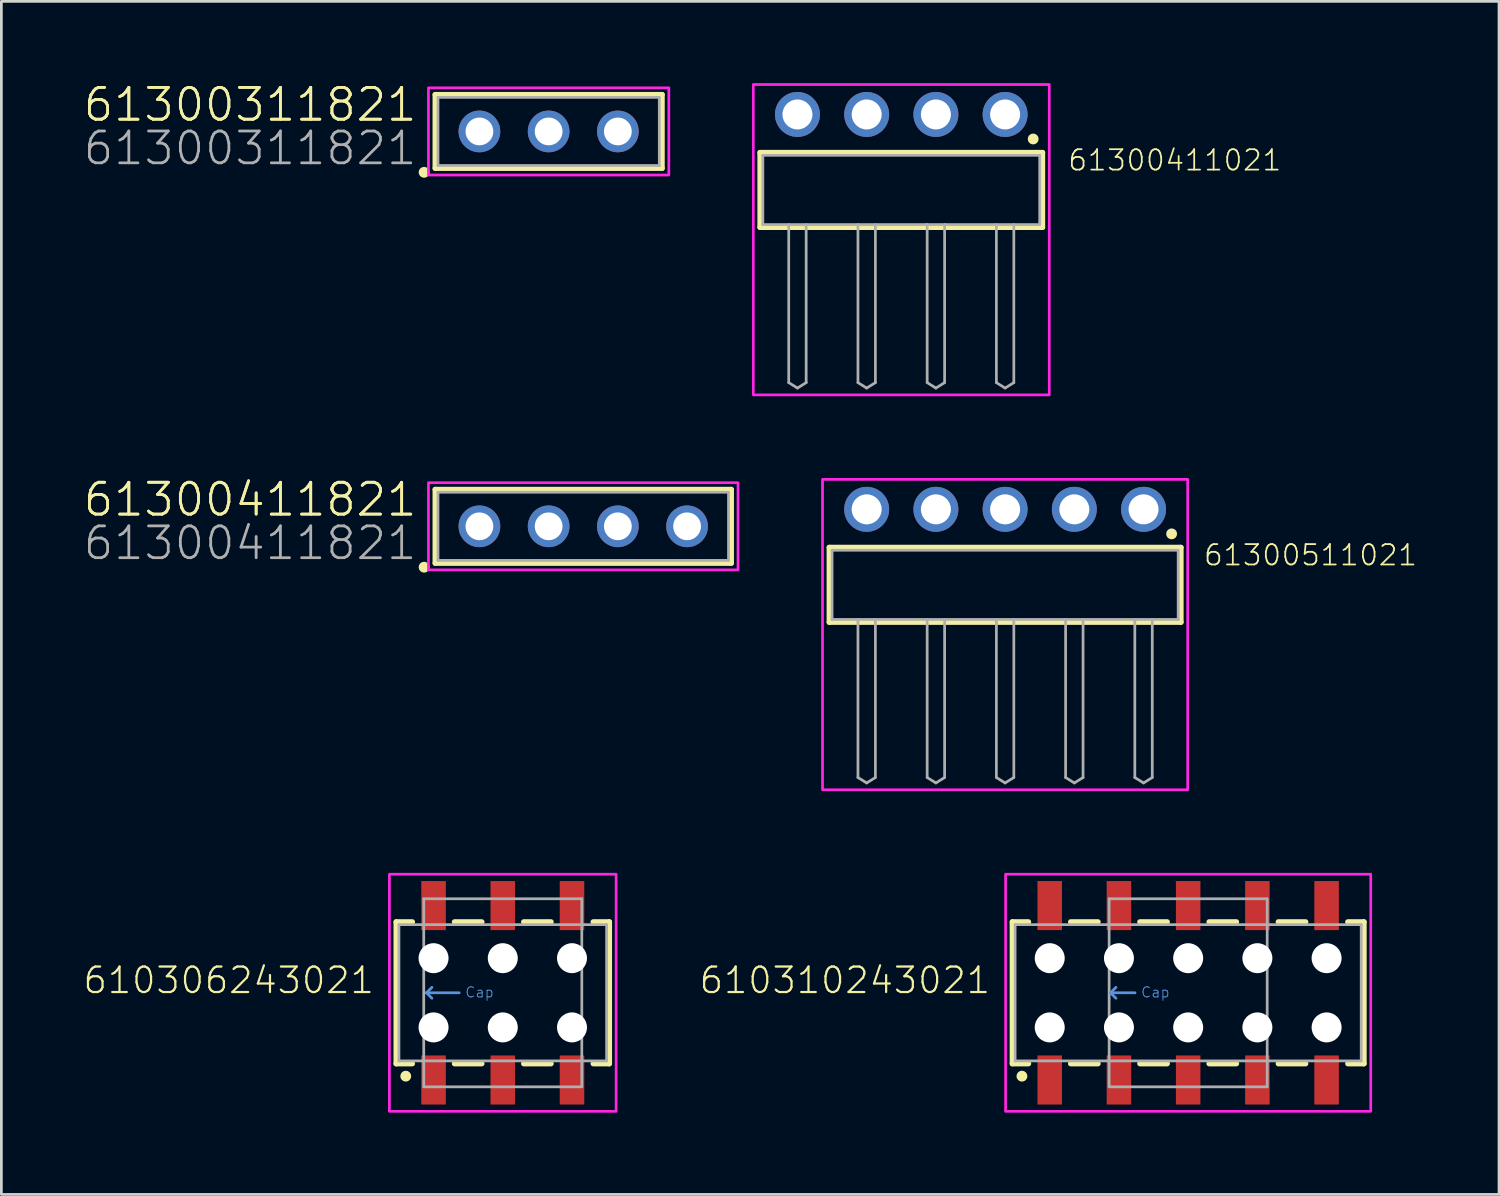
<source format=kicad_pcb>
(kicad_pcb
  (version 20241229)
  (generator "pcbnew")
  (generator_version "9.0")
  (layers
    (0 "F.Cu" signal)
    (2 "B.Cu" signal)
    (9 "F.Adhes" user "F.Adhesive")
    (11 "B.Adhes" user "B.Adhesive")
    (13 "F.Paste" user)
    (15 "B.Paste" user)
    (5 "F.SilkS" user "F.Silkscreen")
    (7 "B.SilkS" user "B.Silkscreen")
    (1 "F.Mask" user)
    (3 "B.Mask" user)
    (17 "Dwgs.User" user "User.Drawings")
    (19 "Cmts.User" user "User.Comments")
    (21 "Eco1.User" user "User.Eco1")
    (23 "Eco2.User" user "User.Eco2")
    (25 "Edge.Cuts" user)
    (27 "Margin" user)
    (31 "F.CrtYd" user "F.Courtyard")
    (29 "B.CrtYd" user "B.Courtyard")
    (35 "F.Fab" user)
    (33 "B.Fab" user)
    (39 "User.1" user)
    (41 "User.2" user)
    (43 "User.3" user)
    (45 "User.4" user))
  (footprint "61300511021"
    (layer "F.Cu")
    (at 33.832 18.41)
    (property "Reference" "61300511021" (at 7.245 -0.652 0) (unlocked yes) (layer "F.SilkS") (effects (font (size 0.748 0.748) (thickness 0.065)) (justify left bottom)))
    (fp_line (start -6.45 -1.37) (end 6.45 -1.37) (stroke (width 0.2) (type solid)) (layer "F.SilkS"))
    (fp_line (start -6.45 1.37) (end -6.45 -1.37) (stroke (width 0.2) (type solid)) (layer "F.SilkS"))
    (fp_line (start 6.45 -1.37) (end 6.45 1.37) (stroke (width 0.2) (type solid)) (layer "F.SilkS"))
    (fp_line (start 6.45 1.37) (end -6.45 1.37) (stroke (width 0.2) (type solid)) (layer "F.SilkS"))
    (fp_circle (center 6.11 -1.87) (end 6.21 -1.87) (stroke (width 0.2) (type solid)) (fill no) (layer "F.SilkS"))
    (fp_poly (pts (xy 6.7 7.52) (xy -6.7 7.52) (xy -6.7 -3.87) (xy 6.7 -3.87)) (stroke (width 0.1) (type default)) (fill no) (layer "F.CrtYd"))
    (fp_line (start -6.35 -1.27) (end 6.35 -1.27) (stroke (width 0.1) (type solid)) (layer "F.Fab"))
    (fp_line (start -6.35 1.27) (end -6.35 -1.27) (stroke (width 0.1) (type solid)) (layer "F.Fab"))
    (fp_line (start -5.4 1.27) (end -5.4 7.07) (stroke (width 0.1) (type solid)) (layer "F.Fab"))
    (fp_line (start -5.4 7.07) (end -5.08 7.27) (stroke (width 0.1) (type solid)) (layer "F.Fab"))
    (fp_line (start -5.08 7.27) (end -4.76 7.07) (stroke (width 0.1) (type solid)) (layer "F.Fab"))
    (fp_line (start -4.76 1.27) (end -4.76 7.07) (stroke (width 0.1) (type solid)) (layer "F.Fab"))
    (fp_line (start -2.86 1.27) (end -2.86 7.07) (stroke (width 0.1) (type solid)) (layer "F.Fab"))
    (fp_line (start -2.86 7.07) (end -2.54 7.27) (stroke (width 0.1) (type solid)) (layer "F.Fab"))
    (fp_line (start -2.54 7.27) (end -2.22 7.07) (stroke (width 0.1) (type solid)) (layer "F.Fab"))
    (fp_line (start -2.22 1.27) (end -2.22 7.07) (stroke (width 0.1) (type solid)) (layer "F.Fab"))
    (fp_line (start -0.32 1.27) (end -0.32 7.07) (stroke (width 0.1) (type solid)) (layer "F.Fab"))
    (fp_line (start -0.32 7.07) (end 0 7.27) (stroke (width 0.1) (type solid)) (layer "F.Fab"))
    (fp_line (start 0 7.27) (end 0.32 7.07) (stroke (width 0.1) (type solid)) (layer "F.Fab"))
    (fp_line (start 0.32 1.27) (end 0.32 7.07) (stroke (width 0.1) (type solid)) (layer "F.Fab"))
    (fp_line (start 2.22 1.27) (end -6.35 1.27) (stroke (width 0.1) (type solid)) (layer "F.Fab"))
    (fp_line (start 2.22 1.27) (end 2.22 7.07) (stroke (width 0.1) (type solid)) (layer "F.Fab"))
    (fp_line (start 2.22 7.07) (end 2.54 7.27) (stroke (width 0.1) (type solid)) (layer "F.Fab"))
    (fp_line (start 2.54 7.27) (end 2.86 7.07) (stroke (width 0.1) (type solid)) (layer "F.Fab"))
    (fp_line (start 2.86 1.27) (end 2.22 1.27) (stroke (width 0.1) (type solid)) (layer "F.Fab"))
    (fp_line (start 2.86 1.27) (end 2.86 7.07) (stroke (width 0.1) (type solid)) (layer "F.Fab"))
    (fp_line (start 4.76 1.27) (end 4.76 7.07) (stroke (width 0.1) (type solid)) (layer "F.Fab"))
    (fp_line (start 4.76 7.07) (end 5.08 7.27) (stroke (width 0.1) (type solid)) (layer "F.Fab"))
    (fp_line (start 5.08 7.27) (end 5.4 7.07) (stroke (width 0.1) (type solid)) (layer "F.Fab"))
    (fp_line (start 5.4 1.27) (end 5.4 7.07) (stroke (width 0.1) (type solid)) (layer "F.Fab"))
    (fp_line (start 6.35 -1.27) (end 6.35 1.27) (stroke (width 0.1) (type solid)) (layer "F.Fab"))
    (fp_line (start 6.35 1.27) (end 2.86 1.27) (stroke (width 0.1) (type solid)) (layer "F.Fab"))
    (pad "1" thru_hole circle (at 5.08 -2.77 180) (size 1.65 1.65) (drill 1.1) (layers "*.Cu" "*.Mask"))
    (pad "2" thru_hole circle (at 2.54 -2.77 180) (size 1.65 1.65) (drill 1.1) (layers "*.Cu" "*.Mask"))
    (pad "3" thru_hole circle (at 0 -2.77 180) (size 1.65 1.65) (drill 1.1) (layers "*.Cu" "*.Mask"))
    (pad "4" thru_hole circle (at -2.54 -2.77 180) (size 1.65 1.65) (drill 1.1) (layers "*.Cu" "*.Mask"))
    (pad "5" thru_hole circle (at -5.08 -2.77 180) (size 1.65 1.65) (drill 1.1) (layers "*.Cu" "*.Mask")))
  (footprint "61300411821"
    (layer "F.Cu")
    (at 18.352 16.263)
    (property "Reference" "61300411821" (at -6.04 -0.3 0) (unlocked yes) (layer "F.SilkS") (effects (font (size 1.168 1.168) (thickness 0.102)) (justify right bottom)))
    (property "Value" "61300411821" (at -6.04 1.3 0) (unlocked yes) (layer "F.Fab") (hide yes) (effects (font (size 1.168 1.168) (thickness 0.102)) (justify right bottom)))
    (fp_line (start -5.43 -1.35) (end 5.43 -1.35) (stroke (width 0.2) (type solid)) (layer "F.SilkS"))
    (fp_line (start -5.43 1.35) (end -5.43 -1.35) (stroke (width 0.2) (type solid)) (layer "F.SilkS"))
    (fp_line (start 5.43 -1.35) (end 5.43 1.35) (stroke (width 0.2) (type solid)) (layer "F.SilkS"))
    (fp_line (start 5.43 1.35) (end -5.43 1.35) (stroke (width 0.2) (type solid)) (layer "F.SilkS"))
    (fp_circle (center -5.84 1.5) (end -5.74 1.5) (stroke (width 0.2) (type solid)) (fill no) (layer "F.SilkS"))
    (fp_poly (pts (xy 5.68 1.6) (xy -5.68 1.6) (xy -5.68 -1.6) (xy 5.68 -1.6)) (stroke (width 0.1) (type default)) (fill no) (layer "F.CrtYd"))
    (fp_line (start -5.33 -1.25) (end -5.33 1.25) (stroke (width 0.1) (type solid)) (layer "F.Fab"))
    (fp_line (start -5.33 1.25) (end 5.33 1.25) (stroke (width 0.1) (type solid)) (layer "F.Fab"))
    (fp_line (start 5.33 -1.25) (end -5.33 -1.25) (stroke (width 0.1) (type solid)) (layer "F.Fab"))
    (fp_line (start 5.33 1.25) (end 5.33 -1.25) (stroke (width 0.1) (type solid)) (layer "F.Fab"))
    (fp_text user "${REFERENCE}" (at -6.04 -0.3 0) (unlocked yes) (layer "F.SilkS") (effects (font (size 1.168 1.168) (thickness 0.102)) (justify right bottom)))
    (fp_text user "${VALUE}" (at -6.04 1.3 0) (unlocked yes) (layer "F.Fab") (effects (font (size 1.168 1.168) (thickness 0.102)) (justify right bottom)))
    (pad "1" thru_hole circle (at -3.81 0) (size 1.53 1.53) (drill 1.02) (layers "*.Cu" "*.Mask"))
    (pad "2" thru_hole circle (at -1.27 0) (size 1.53 1.53) (drill 1.02) (layers "*.Cu" "*.Mask"))
    (pad "3" thru_hole circle (at 1.27 0) (size 1.53 1.53) (drill 1.02) (layers "*.Cu" "*.Mask"))
    (pad "4" thru_hole circle (at 3.81 0) (size 1.53 1.53) (drill 1.02) (layers "*.Cu" "*.Mask")))
  (footprint "610310243021"
    (layer "F.Cu")
    (at 40.549 33.38)
    (property "Reference" "610310243021" (at -7.2 0.09 0) (unlocked yes) (layer "F.SilkS") (effects (font (size 0.935 0.935) (thickness 0.081)) (justify right bottom)))
    (fp_line (start -6.45 -2.6) (end -6.45 2.6) (stroke (width 0.2) (type solid)) (layer "F.SilkS"))
    (fp_line (start -6.45 2.6) (end -5.86 2.6) (stroke (width 0.2) (type solid)) (layer "F.SilkS"))
    (fp_line (start -5.86 -2.6) (end -6.45 -2.6) (stroke (width 0.2) (type solid)) (layer "F.SilkS"))
    (fp_line (start -4.31 2.6) (end -3.31 2.6) (stroke (width 0.2) (type solid)) (layer "F.SilkS"))
    (fp_line (start -3.31 -2.6) (end -4.31 -2.6) (stroke (width 0.2) (type solid)) (layer "F.SilkS"))
    (fp_line (start -1.77 2.6) (end -0.77 2.6) (stroke (width 0.2) (type solid)) (layer "F.SilkS"))
    (fp_line (start -0.77 -2.6) (end -1.77 -2.6) (stroke (width 0.2) (type solid)) (layer "F.SilkS"))
    (fp_line (start 0.77 2.6) (end 1.77 2.6) (stroke (width 0.2) (type solid)) (layer "F.SilkS"))
    (fp_line (start 1.77 -2.6) (end 0.77 -2.6) (stroke (width 0.2) (type solid)) (layer "F.SilkS"))
    (fp_line (start 3.31 2.6) (end 4.31 2.6) (stroke (width 0.2) (type solid)) (layer "F.SilkS"))
    (fp_line (start 4.31 -2.6) (end 3.31 -2.6) (stroke (width 0.2) (type solid)) (layer "F.SilkS"))
    (fp_line (start 5.86 -2.6) (end 6.45 -2.6) (stroke (width 0.2) (type solid)) (layer "F.SilkS"))
    (fp_line (start 6.45 -2.6) (end 6.45 2.6) (stroke (width 0.2) (type solid)) (layer "F.SilkS"))
    (fp_line (start 6.45 2.6) (end 5.86 2.6) (stroke (width 0.2) (type solid)) (layer "F.SilkS"))
    (fp_circle (center -6.1 3.06) (end -6 3.06) (stroke (width 0.2) (type solid)) (fill no) (layer "F.SilkS"))
    (fp_line (start -2.85 0) (end -2.65 -0.2) (stroke (width 0.1) (type solid)) (layer "Cmts.User"))
    (fp_line (start -2.85 0) (end -2.65 0.2) (stroke (width 0.1) (type solid)) (layer "Cmts.User"))
    (fp_line (start -2.85 0) (end -1.95 0) (stroke (width 0.1) (type solid)) (layer "Cmts.User"))
    (fp_poly (pts (xy 6.7 4.35) (xy -6.7 4.35) (xy -6.7 -4.35) (xy 6.7 -4.35)) (stroke (width 0.1) (type default)) (fill no) (layer "F.CrtYd"))
    (fp_line (start -6.35 -2.5) (end -6.35 2.5) (stroke (width 0.1) (type solid)) (layer "F.Fab"))
    (fp_line (start -6.35 -2.5) (end 6.35 -2.5) (stroke (width 0.1) (type solid)) (layer "F.Fab"))
    (fp_line (start -6.35 2.5) (end 6.35 2.5) (stroke (width 0.1) (type solid)) (layer "F.Fab"))
    (fp_line (start -2.9 -3.45) (end 2.9 -3.45) (stroke (width 0.1) (type solid)) (layer "F.Fab"))
    (fp_line (start -2.9 3.45) (end -2.9 -3.45) (stroke (width 0.1) (type solid)) (layer "F.Fab"))
    (fp_line (start 2.9 -3.45) (end 2.9 3.45) (stroke (width 0.1) (type solid)) (layer "F.Fab"))
    (fp_line (start 2.9 3.45) (end -2.9 3.45) (stroke (width 0.1) (type solid)) (layer "F.Fab"))
    (fp_line (start 6.35 2.5) (end 6.35 -2.5) (stroke (width 0.1) (type solid)) (layer "F.Fab"))
    (fp_text user "Cap" (at -1.75 0.2 0) (unlocked yes) (layer "Cmts.User") (effects (font (size 0.374 0.374) (thickness 0.033)) (justify left bottom)))
    (pad "" np_thru_hole circle (at -5.08 -1.27) (size 1.1 1.1) (drill 1.1) (layers "*.Cu" "*.Mask"))
    (pad "" np_thru_hole circle (at -5.08 1.27) (size 1.1 1.1) (drill 1.1) (layers "*.Cu" "*.Mask"))
    (pad "" np_thru_hole circle (at -2.54 -1.27) (size 1.1 1.1) (drill 1.1) (layers "*.Cu" "*.Mask"))
    (pad "" np_thru_hole circle (at -2.54 1.27) (size 1.1 1.1) (drill 1.1) (layers "*.Cu" "*.Mask"))
    (pad "" np_thru_hole circle (at 0 -1.27) (size 1.1 1.1) (drill 1.1) (layers "*.Cu" "*.Mask"))
    (pad "" np_thru_hole circle (at 0 1.27) (size 1.1 1.1) (drill 1.1) (layers "*.Cu" "*.Mask"))
    (pad "" np_thru_hole circle (at 2.54 -1.27) (size 1.1 1.1) (drill 1.1) (layers "*.Cu" "*.Mask"))
    (pad "" np_thru_hole circle (at 2.54 1.27) (size 1.1 1.1) (drill 1.1) (layers "*.Cu" "*.Mask"))
    (pad "" np_thru_hole circle (at 5.08 -1.27) (size 1.1 1.1) (drill 1.1) (layers "*.Cu" "*.Mask"))
    (pad "" np_thru_hole circle (at 5.08 1.27) (size 1.1 1.1) (drill 1.1) (layers "*.Cu" "*.Mask"))
    (pad "1" smd rect (at -5.08 3.2 90) (size 1.8 0.9) (layers "F.Cu" "F.Mask" "F.Paste"))
    (pad "2" smd rect (at -5.08 -3.2 90) (size 1.8 0.9) (layers "F.Cu" "F.Mask" "F.Paste"))
    (pad "3" smd rect (at -2.54 3.2 90) (size 1.8 0.9) (layers "F.Cu" "F.Mask" "F.Paste"))
    (pad "4" smd rect (at -2.54 -3.2 90) (size 1.8 0.9) (layers "F.Cu" "F.Mask" "F.Paste"))
    (pad "5" smd rect (at 0 3.2 90) (size 1.8 0.9) (layers "F.Cu" "F.Mask" "F.Paste"))
    (pad "6" smd rect (at 0 -3.2 90) (size 1.8 0.9) (layers "F.Cu" "F.Mask" "F.Paste"))
    (pad "7" smd rect (at 2.54 3.2 90) (size 1.8 0.9) (layers "F.Cu" "F.Mask" "F.Paste"))
    (pad "8" smd rect (at 2.54 -3.2 90) (size 1.8 0.9) (layers "F.Cu" "F.Mask" "F.Paste"))
    (pad "9" smd rect (at 5.08 3.2 90) (size 1.8 0.9) (layers "F.Cu" "F.Mask" "F.Paste"))
    (pad "10" smd rect (at 5.08 -3.2 90) (size 1.8 0.9) (layers "F.Cu" "F.Mask" "F.Paste")))
  (footprint "61300311821"
    (layer "F.Cu")
    (at 17.082 1.773)
    (property "Reference" "61300311821" (at -4.77 -0.3 0) (unlocked yes) (layer "F.SilkS") (effects (font (size 1.168 1.168) (thickness 0.102)) (justify right bottom)))
    (property "Value" "61300311821" (at -4.77 1.3 0) (unlocked yes) (layer "F.Fab") (hide yes) (effects (font (size 1.168 1.168) (thickness 0.102)) (justify right bottom)))
    (fp_line (start -4.16 -1.35) (end 4.16 -1.35) (stroke (width 0.2) (type solid)) (layer "F.SilkS"))
    (fp_line (start -4.16 1.35) (end -4.16 -1.35) (stroke (width 0.2) (type solid)) (layer "F.SilkS"))
    (fp_line (start 4.16 -1.35) (end 4.16 1.35) (stroke (width 0.2) (type solid)) (layer "F.SilkS"))
    (fp_line (start 4.16 1.35) (end -4.16 1.35) (stroke (width 0.2) (type solid)) (layer "F.SilkS"))
    (fp_circle (center -4.57 1.5) (end -4.47 1.5) (stroke (width 0.2) (type solid)) (fill no) (layer "F.SilkS"))
    (fp_poly (pts (xy 4.41 1.6) (xy -4.41 1.6) (xy -4.41 -1.6) (xy 4.41 -1.6)) (stroke (width 0.1) (type default)) (fill no) (layer "F.CrtYd"))
    (fp_line (start -4.06 -1.25) (end -4.06 1.25) (stroke (width 0.1) (type solid)) (layer "F.Fab"))
    (fp_line (start -4.06 1.25) (end 4.06 1.25) (stroke (width 0.1) (type solid)) (layer "F.Fab"))
    (fp_line (start 4.06 -1.25) (end -4.06 -1.25) (stroke (width 0.1) (type solid)) (layer "F.Fab"))
    (fp_line (start 4.06 1.25) (end 4.06 -1.25) (stroke (width 0.1) (type solid)) (layer "F.Fab"))
    (fp_text user "${REFERENCE}" (at -4.77 -0.3 0) (unlocked yes) (layer "F.SilkS") (effects (font (size 1.168 1.168) (thickness 0.102)) (justify right bottom)))
    (fp_text user "${VALUE}" (at -4.77 1.3 0) (unlocked yes) (layer "F.Fab") (effects (font (size 1.168 1.168) (thickness 0.102)) (justify right bottom)))
    (pad "1" thru_hole circle (at -2.54 0) (size 1.53 1.53) (drill 1.02) (layers "*.Cu" "*.Mask"))
    (pad "2" thru_hole circle (at 0 0) (size 1.53 1.53) (drill 1.02) (layers "*.Cu" "*.Mask"))
    (pad "3" thru_hole circle (at 2.54 0) (size 1.53 1.53) (drill 1.02) (layers "*.Cu" "*.Mask")))
  (footprint "61300411021"
    (layer "F.Cu")
    (at 30.022 3.92)
    (property "Reference" "61300411021" (at 6.075 -0.652 0) (unlocked yes) (layer "F.SilkS") (effects (font (size 0.748 0.748) (thickness 0.065)) (justify left bottom)))
    (fp_line (start -5.18 -1.37) (end 5.18 -1.37) (stroke (width 0.2) (type solid)) (layer "F.SilkS"))
    (fp_line (start -5.18 1.37) (end -5.18 -1.37) (stroke (width 0.2) (type solid)) (layer "F.SilkS"))
    (fp_line (start 5.18 -1.37) (end 5.18 1.37) (stroke (width 0.2) (type solid)) (layer "F.SilkS"))
    (fp_line (start 5.18 1.37) (end -5.18 1.37) (stroke (width 0.2) (type solid)) (layer "F.SilkS"))
    (fp_circle (center 4.84 -1.87) (end 4.94 -1.87) (stroke (width 0.2) (type solid)) (fill no) (layer "F.SilkS"))
    (fp_poly (pts (xy 5.43 7.52) (xy -5.43 7.52) (xy -5.43 -3.87) (xy 5.43 -3.87)) (stroke (width 0.1) (type default)) (fill no) (layer "F.CrtYd"))
    (fp_line (start -5.08 -1.27) (end 5.08 -1.27) (stroke (width 0.1) (type solid)) (layer "F.Fab"))
    (fp_line (start -5.08 1.27) (end -5.08 -1.27) (stroke (width 0.1) (type solid)) (layer "F.Fab"))
    (fp_line (start -4.13 1.27) (end -4.13 7.07) (stroke (width 0.1) (type solid)) (layer "F.Fab"))
    (fp_line (start -4.13 7.07) (end -3.81 7.27) (stroke (width 0.1) (type solid)) (layer "F.Fab"))
    (fp_line (start -3.81 7.27) (end -3.49 7.07) (stroke (width 0.1) (type solid)) (layer "F.Fab"))
    (fp_line (start -3.49 1.27) (end -3.49 7.07) (stroke (width 0.1) (type solid)) (layer "F.Fab"))
    (fp_line (start -1.59 1.27) (end -1.59 7.07) (stroke (width 0.1) (type solid)) (layer "F.Fab"))
    (fp_line (start -1.59 7.07) (end -1.27 7.27) (stroke (width 0.1) (type solid)) (layer "F.Fab"))
    (fp_line (start -1.27 7.27) (end -0.95 7.07) (stroke (width 0.1) (type solid)) (layer "F.Fab"))
    (fp_line (start -0.95 1.27) (end -0.95 7.07) (stroke (width 0.1) (type solid)) (layer "F.Fab"))
    (fp_line (start 0.95 1.27) (end -5.08 1.27) (stroke (width 0.1) (type solid)) (layer "F.Fab"))
    (fp_line (start 0.95 1.27) (end 0.95 7.07) (stroke (width 0.1) (type solid)) (layer "F.Fab"))
    (fp_line (start 0.95 7.07) (end 1.27 7.27) (stroke (width 0.1) (type solid)) (layer "F.Fab"))
    (fp_line (start 1.27 7.27) (end 1.59 7.07) (stroke (width 0.1) (type solid)) (layer "F.Fab"))
    (fp_line (start 1.59 1.27) (end 0.95 1.27) (stroke (width 0.1) (type solid)) (layer "F.Fab"))
    (fp_line (start 1.59 1.27) (end 1.59 7.07) (stroke (width 0.1) (type solid)) (layer "F.Fab"))
    (fp_line (start 3.49 1.27) (end 3.49 7.07) (stroke (width 0.1) (type solid)) (layer "F.Fab"))
    (fp_line (start 3.49 7.07) (end 3.81 7.27) (stroke (width 0.1) (type solid)) (layer "F.Fab"))
    (fp_line (start 3.81 7.27) (end 4.13 7.07) (stroke (width 0.1) (type solid)) (layer "F.Fab"))
    (fp_line (start 4.13 1.27) (end 4.13 7.07) (stroke (width 0.1) (type solid)) (layer "F.Fab"))
    (fp_line (start 5.08 -1.27) (end 5.08 1.27) (stroke (width 0.1) (type solid)) (layer "F.Fab"))
    (fp_line (start 5.08 1.27) (end 1.59 1.27) (stroke (width 0.1) (type solid)) (layer "F.Fab"))
    (pad "1" thru_hole circle (at 3.81 -2.77 180) (size 1.65 1.65) (drill 1.1) (layers "*.Cu" "*.Mask"))
    (pad "2" thru_hole circle (at 1.27 -2.77 180) (size 1.65 1.65) (drill 1.1) (layers "*.Cu" "*.Mask"))
    (pad "3" thru_hole circle (at -1.27 -2.77 180) (size 1.65 1.65) (drill 1.1) (layers "*.Cu" "*.Mask"))
    (pad "4" thru_hole circle (at -3.81 -2.77 180) (size 1.65 1.65) (drill 1.1) (layers "*.Cu" "*.Mask")))
  (footprint "610306243021"
    (layer "F.Cu")
    (at 15.399 33.38)
    (property "Reference" "610306243021" (at -4.66 0.09 0) (unlocked yes) (layer "F.SilkS") (effects (font (size 0.935 0.935) (thickness 0.081)) (justify right bottom)))
    (fp_line (start -3.91 -2.6) (end -3.91 2.6) (stroke (width 0.2) (type solid)) (layer "F.SilkS"))
    (fp_line (start -3.91 2.6) (end -3.32 2.6) (stroke (width 0.2) (type solid)) (layer "F.SilkS"))
    (fp_line (start -3.32 -2.6) (end -3.91 -2.6) (stroke (width 0.2) (type solid)) (layer "F.SilkS"))
    (fp_line (start -1.77 2.6) (end -0.77 2.6) (stroke (width 0.2) (type solid)) (layer "F.SilkS"))
    (fp_line (start -0.77 -2.6) (end -1.77 -2.6) (stroke (width 0.2) (type solid)) (layer "F.SilkS"))
    (fp_line (start 0.77 2.6) (end 1.77 2.6) (stroke (width 0.2) (type solid)) (layer "F.SilkS"))
    (fp_line (start 1.77 -2.6) (end 0.77 -2.6) (stroke (width 0.2) (type solid)) (layer "F.SilkS"))
    (fp_line (start 3.32 -2.6) (end 3.91 -2.6) (stroke (width 0.2) (type solid)) (layer "F.SilkS"))
    (fp_line (start 3.91 -2.6) (end 3.91 2.6) (stroke (width 0.2) (type solid)) (layer "F.SilkS"))
    (fp_line (start 3.91 2.6) (end 3.32 2.6) (stroke (width 0.2) (type solid)) (layer "F.SilkS"))
    (fp_circle (center -3.56 3.06) (end -3.46 3.06) (stroke (width 0.2) (type solid)) (fill no) (layer "F.SilkS"))
    (fp_line (start -2.8 0) (end -2.6 -0.2) (stroke (width 0.1) (type solid)) (layer "Cmts.User"))
    (fp_line (start -2.8 0) (end -2.6 0.2) (stroke (width 0.1) (type solid)) (layer "Cmts.User"))
    (fp_line (start -2.8 0) (end -1.6 0) (stroke (width 0.1) (type solid)) (layer "Cmts.User"))
    (fp_poly (pts (xy 4.16 4.35) (xy -4.16 4.35) (xy -4.16 -4.35) (xy 4.16 -4.35)) (stroke (width 0.1) (type default)) (fill no) (layer "F.CrtYd"))
    (fp_line (start -3.81 -2.5) (end -3.81 2.5) (stroke (width 0.1) (type solid)) (layer "F.Fab"))
    (fp_line (start -3.81 -2.5) (end 3.81 -2.5) (stroke (width 0.1) (type solid)) (layer "F.Fab"))
    (fp_line (start -3.81 2.5) (end 3.81 2.5) (stroke (width 0.1) (type solid)) (layer "F.Fab"))
    (fp_line (start -2.9 -3.45) (end 2.9 -3.45) (stroke (width 0.1) (type solid)) (layer "F.Fab"))
    (fp_line (start -2.9 3.45) (end -2.9 -3.45) (stroke (width 0.1) (type solid)) (layer "F.Fab"))
    (fp_line (start 2.9 -3.45) (end 2.9 3.45) (stroke (width 0.1) (type solid)) (layer "F.Fab"))
    (fp_line (start 2.9 3.45) (end -2.9 3.45) (stroke (width 0.1) (type solid)) (layer "F.Fab"))
    (fp_line (start 3.81 2.5) (end 3.81 -2.5) (stroke (width 0.1) (type solid)) (layer "F.Fab"))
    (fp_text user "Cap" (at -1.4 0.2 0) (unlocked yes) (layer "Cmts.User") (effects (font (size 0.374 0.374) (thickness 0.033)) (justify left bottom)))
    (pad "" np_thru_hole circle (at -2.54 -1.27) (size 1.1 1.1) (drill 1.1) (layers "*.Cu" "*.Mask"))
    (pad "" np_thru_hole circle (at -2.54 1.27) (size 1.1 1.1) (drill 1.1) (layers "*.Cu" "*.Mask"))
    (pad "" np_thru_hole circle (at 0 -1.27) (size 1.1 1.1) (drill 1.1) (layers "*.Cu" "*.Mask"))
    (pad "" np_thru_hole circle (at 0 1.27) (size 1.1 1.1) (drill 1.1) (layers "*.Cu" "*.Mask"))
    (pad "" np_thru_hole circle (at 2.54 -1.27) (size 1.1 1.1) (drill 1.1) (layers "*.Cu" "*.Mask"))
    (pad "" np_thru_hole circle (at 2.54 1.27) (size 1.1 1.1) (drill 1.1) (layers "*.Cu" "*.Mask"))
    (pad "1" smd rect (at -2.54 3.2 90) (size 1.8 0.9) (layers "F.Cu" "F.Mask" "F.Paste"))
    (pad "2" smd rect (at -2.54 -3.2 90) (size 1.8 0.9) (layers "F.Cu" "F.Mask" "F.Paste"))
    (pad "3" smd rect (at 0 3.2 90) (size 1.8 0.9) (layers "F.Cu" "F.Mask" "F.Paste"))
    (pad "4" smd rect (at 0 -3.2 90) (size 1.8 0.9) (layers "F.Cu" "F.Mask" "F.Paste"))
    (pad "5" smd rect (at 2.54 3.2 90) (size 1.8 0.9) (layers "F.Cu" "F.Mask" "F.Paste"))
    (pad "6" smd rect (at 2.54 -3.2 90) (size 1.8 0.9) (layers "F.Cu" "F.Mask" "F.Paste")))
  (gr_rect
    (start -3 -3)
    (end 51.956 40.78)
    (stroke (width 0.1) (type default))
    (fill no)
    (layer "Edge.Cuts")))
</source>
